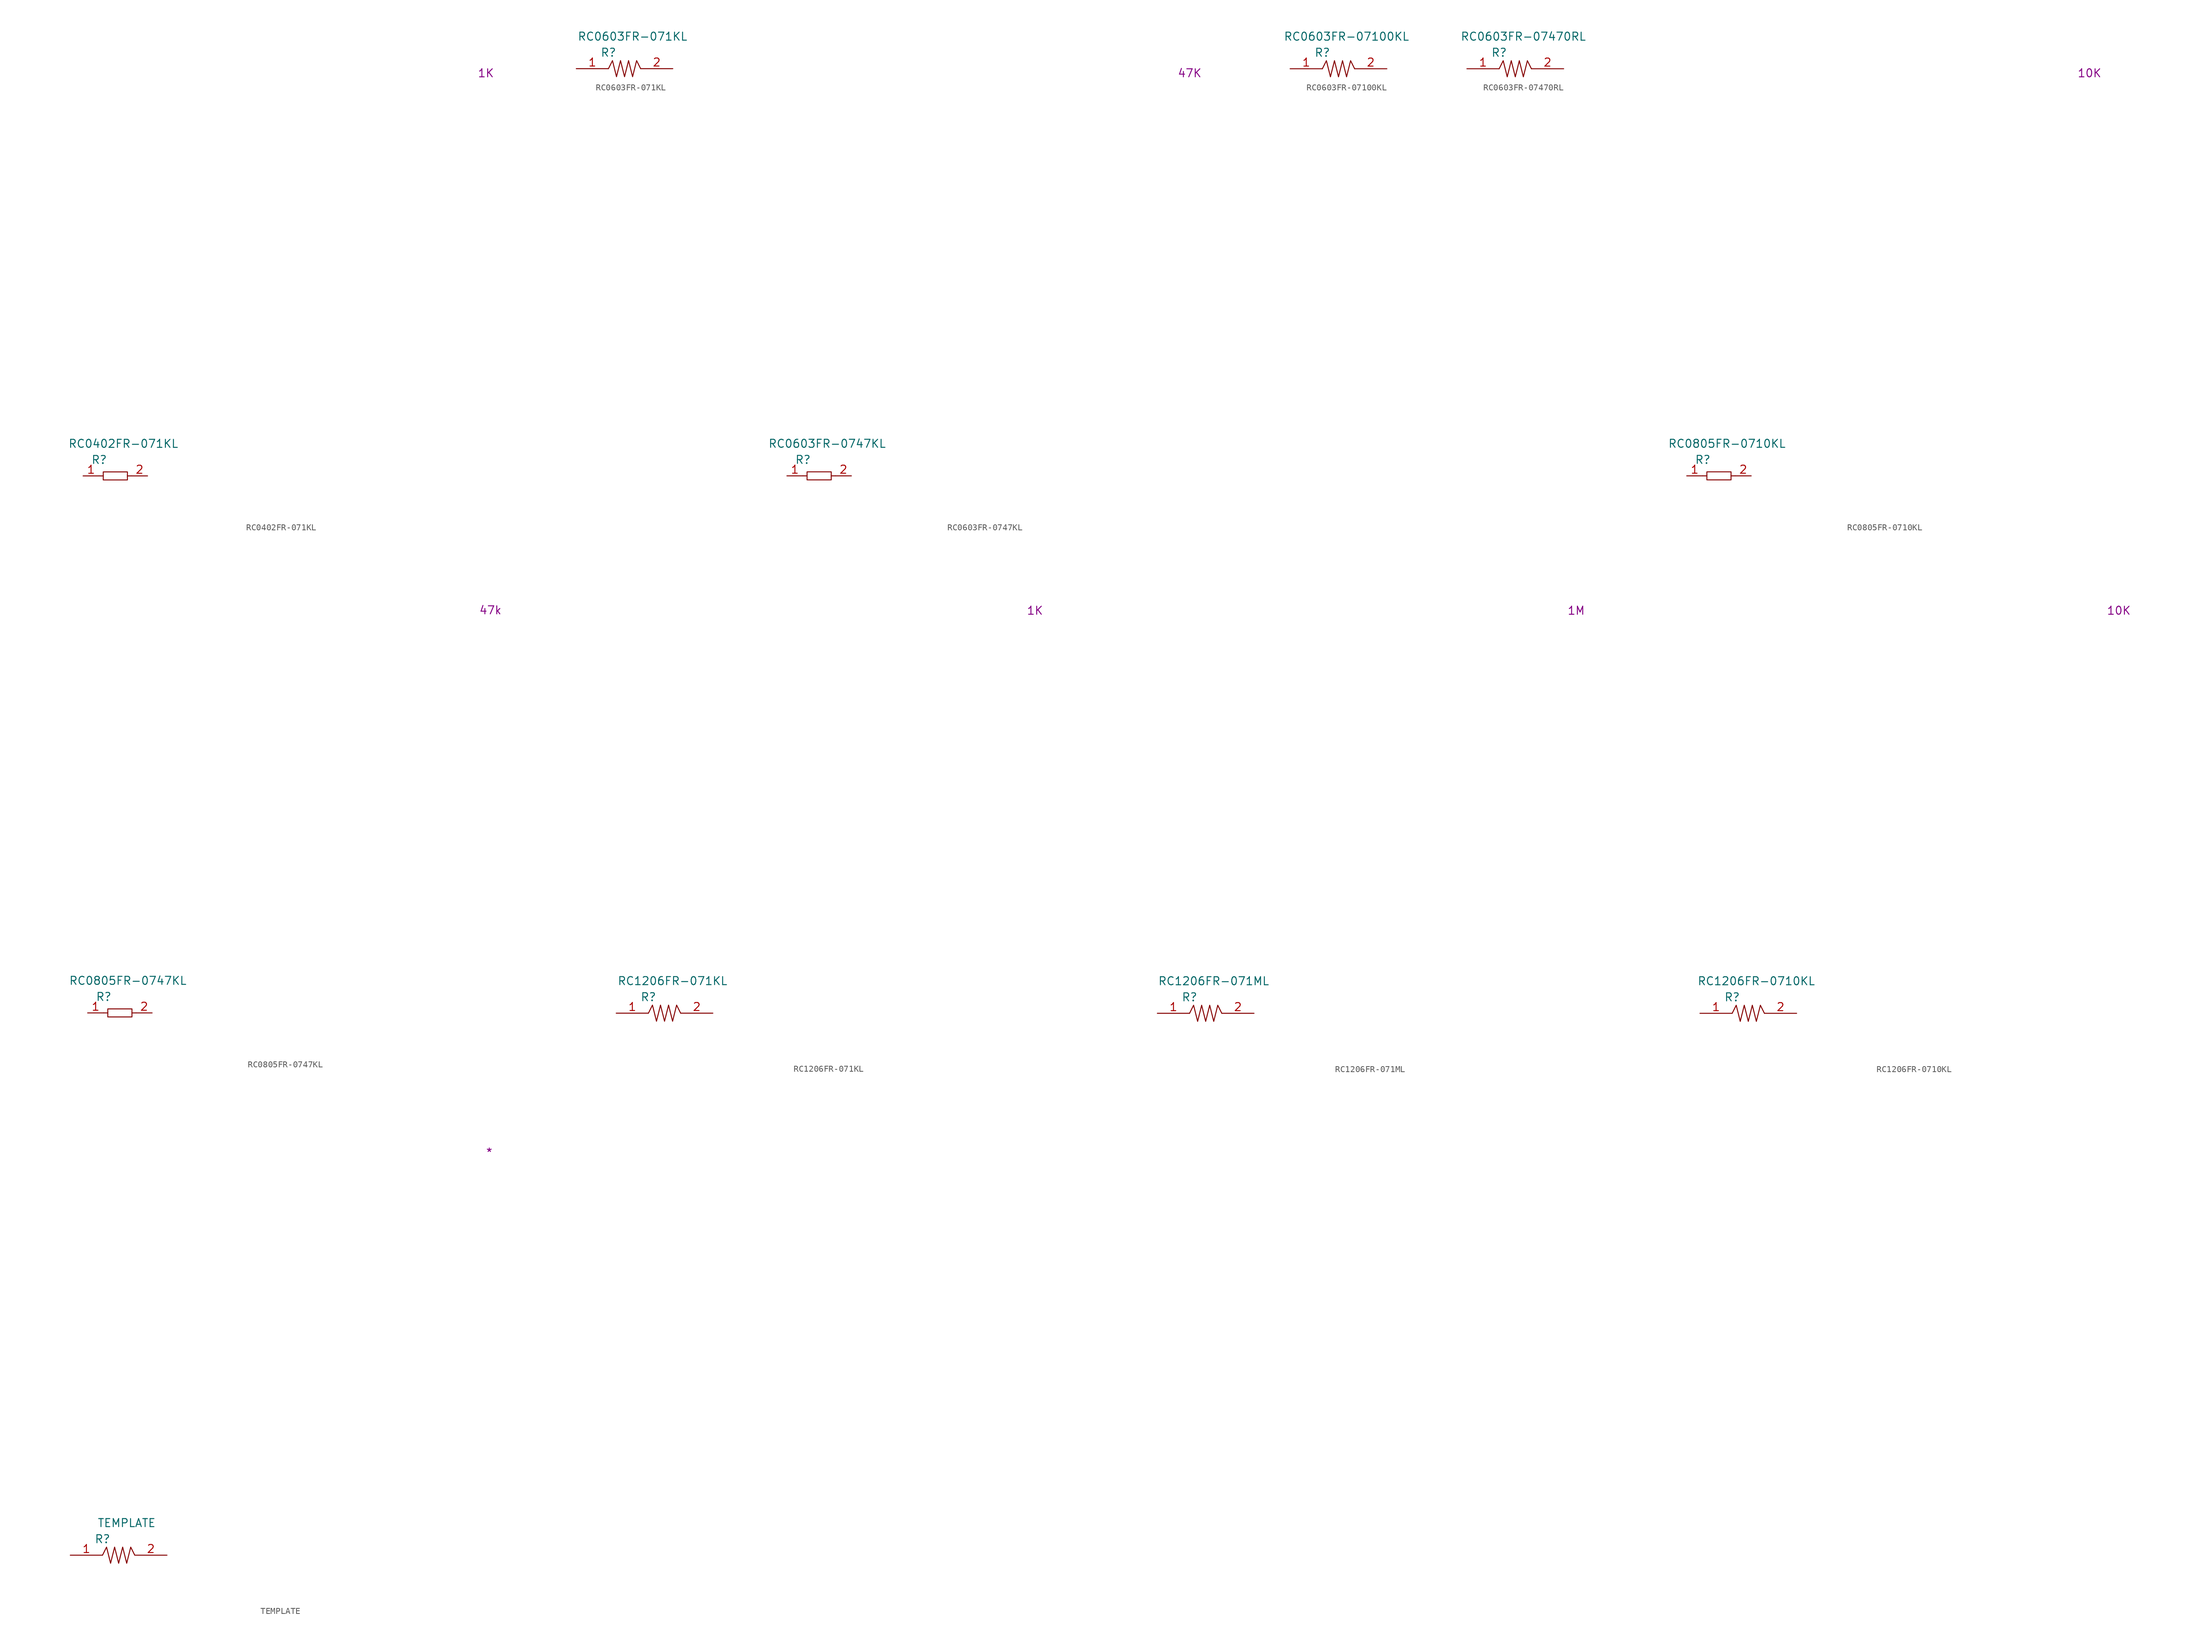
<source format=kicad_sym>
(kicad_symbol_lib
  (version 20231120)
  (generator "kicad_symbol_editor")
  (generator_version "8.0")
  (symbol "RC0402FR-071KL"
    (pin_names
      (offset 1.016))
    (property "Reference" "R"
      (at -2.54 2.54 0)
      (effects (font (size 1.27 1.27))))
    (property "Value" "RC0402FR-071KL"
      (at 1.27 5.08 0)
      (effects (font (size 1.27 1.27))))
    (property "_Value_" "1K"
      (at 58.42 63.5 0)
      (effects (font (size 1.27 1.27))))
    (symbol "RC0402FR-071KL_0_1"
      (rectangle (start -1.905 0.635) (end 1.905 -0.635) (stroke (width 0) (type default)) (fill (type none)))
      (polyline (pts (xy -2.54 0) (xy -1.905 0)) (stroke (width 0) (type default)) (fill (type none)))
      (polyline (pts (xy -1.905 0) (xy -1.905 0)) (stroke (width 0) (type default)) (fill (type none)))
      (polyline (pts (xy 1.905 0) (xy 1.905 0)) (stroke (width 0) (type default)) (fill (type none)))
      (polyline (pts (xy 2.54 0) (xy 1.905 0)) (stroke (width 0) (type default)) (fill (type none))))
    (symbol "RC0402FR-071KL_1_1"
      (pin passive line (at -5.08 0 0) (length 2.515) (name "~" (effects (font (size 1.27 1.27)))) (number "1" (effects (font (size 1.27 1.27)))))
      (pin passive line (at 5.08 0 180) (length 2.515) (name "~" (effects (font (size 1.27 1.27)))) (number "2" (effects (font (size 1.27 1.27)))))))
  (symbol "RC0603FR-071KL"
    (pin_names
      (offset 1.016))
    (property "Reference" "R"
      (at -2.54 2.54 0)
      (effects (font (size 1.27 1.27))))
    (property "Value" "RC0603FR-071KL"
      (at 1.27 5.08 0)
      (effects (font (size 1.27 1.27))))
    (symbol "RC0603FR-071KL_1_1"
      (polyline (pts (xy -2.54 0) (xy -1.905 1.27) (xy -1.27 -1.27) (xy -0.635 1.27) (xy 0 -1.27) (xy 0.635 1.27) (xy 1.27 -1.27) (xy 1.905 1.27) (xy 2.54 0)) (stroke (width 0) (type default)) (fill (type none)))
      (pin passive line (at -7.62 0 0) (length 5.08) (name "~" (effects (font (size 1.27 1.27)))) (number "1" (effects (font (size 1.27 1.27)))))
      (pin passive line (at 7.62 0 180) (length 5.08) (name "~" (effects (font (size 1.27 1.27)))) (number "2" (effects (font (size 1.27 1.27)))))))
  (symbol "RC0603FR-0747KL"
    (pin_names
      (offset 1.016))
    (property "Reference" "R"
      (at -2.54 2.54 0)
      (effects (font (size 1.27 1.27))))
    (property "Value" "RC0603FR-0747KL"
      (at 1.27 5.08 0)
      (effects (font (size 1.27 1.27))))
    (property "_Value_" "47K"
      (at 58.42 63.5 0)
      (effects (font (size 1.27 1.27))))
    (symbol "RC0603FR-0747KL_1_1"
      (rectangle (start -1.905 0.635) (end 1.905 -0.635) (stroke (width 0) (type default)) (fill (type none)))
      (polyline (pts (xy -2.54 0) (xy -1.905 0)) (stroke (width 0) (type default)) (fill (type none)))
      (polyline (pts (xy -1.905 0) (xy -1.905 0)) (stroke (width 0) (type default)) (fill (type none)))
      (polyline (pts (xy 1.905 0) (xy 1.905 0)) (stroke (width 0) (type default)) (fill (type none)))
      (polyline (pts (xy 2.54 0) (xy 1.905 0)) (stroke (width 0) (type default)) (fill (type none)))
      (pin passive line (at -5.08 0 0) (length 2.515) (name "~" (effects (font (size 1.27 1.27)))) (number "1" (effects (font (size 1.27 1.27)))))
      (pin passive line (at 5.08 0 180) (length 2.515) (name "~" (effects (font (size 1.27 1.27)))) (number "2" (effects (font (size 1.27 1.27)))))))
  (symbol "RC0603FR-07100KL"
    (pin_names
      (offset 1.016))
    (property "Reference" "R"
      (at -2.54 2.54 0)
      (effects (font (size 1.27 1.27))))
    (property "Value" "RC0603FR-07100KL"
      (at 1.27 5.08 0)
      (effects (font (size 1.27 1.27))))
    (symbol "RC0603FR-07100KL_1_1"
      (polyline (pts (xy -2.54 0) (xy -1.905 1.27) (xy -1.27 -1.27) (xy -0.635 1.27) (xy 0 -1.27) (xy 0.635 1.27) (xy 1.27 -1.27) (xy 1.905 1.27) (xy 2.54 0)) (stroke (width 0) (type default)) (fill (type none)))
      (pin passive line (at -7.62 0 0) (length 5.08) (name "~" (effects (font (size 1.27 1.27)))) (number "1" (effects (font (size 1.27 1.27)))))
      (pin passive line (at 7.62 0 180) (length 5.08) (name "~" (effects (font (size 1.27 1.27)))) (number "2" (effects (font (size 1.27 1.27)))))))
  (symbol "RC0603FR-07470RL"
    (pin_names
      (offset 1.016))
    (property "Reference" "R"
      (at -2.54 2.54 0)
      (effects (font (size 1.27 1.27))))
    (property "Value" "RC0603FR-07470RL"
      (at 1.27 5.08 0)
      (effects (font (size 1.27 1.27))))
    (symbol "RC0603FR-07470RL_1_1"
      (polyline (pts (xy -2.54 0) (xy -1.905 1.27) (xy -1.27 -1.27) (xy -0.635 1.27) (xy 0 -1.27) (xy 0.635 1.27) (xy 1.27 -1.27) (xy 1.905 1.27) (xy 2.54 0)) (stroke (width 0) (type default)) (fill (type none)))
      (pin passive line (at -7.62 0 0) (length 5.08) (name "~" (effects (font (size 1.27 1.27)))) (number "1" (effects (font (size 1.27 1.27)))))
      (pin passive line (at 7.62 0 180) (length 5.08) (name "~" (effects (font (size 1.27 1.27)))) (number "2" (effects (font (size 1.27 1.27)))))))
  (symbol "RC0805FR-0710KL"
    (pin_names
      (offset 1.016))
    (property "Reference" "R"
      (at -2.54 2.54 0)
      (effects (font (size 1.27 1.27))))
    (property "Value" "RC0805FR-0710KL"
      (at 1.27 5.08 0)
      (effects (font (size 1.27 1.27))))
    (property "_Value_" "10K"
      (at 58.42 63.5 0)
      (effects (font (size 1.27 1.27))))
    (symbol "RC0805FR-0710KL_0_1"
      (rectangle (start -1.905 0.635) (end 1.905 -0.635) (stroke (width 0) (type default)) (fill (type none)))
      (polyline (pts (xy -2.54 0) (xy -1.905 0)) (stroke (width 0) (type default)) (fill (type none)))
      (polyline (pts (xy -1.905 0) (xy -1.905 0)) (stroke (width 0) (type default)) (fill (type none)))
      (polyline (pts (xy 1.905 0) (xy 1.905 0)) (stroke (width 0) (type default)) (fill (type none)))
      (polyline (pts (xy 2.54 0) (xy 1.905 0)) (stroke (width 0) (type default)) (fill (type none))))
    (symbol "RC0805FR-0710KL_1_1"
      (pin passive line (at -5.08 0 0) (length 2.515) (name "~" (effects (font (size 1.27 1.27)))) (number "1" (effects (font (size 1.27 1.27)))))
      (pin passive line (at 5.08 0 180) (length 2.515) (name "~" (effects (font (size 1.27 1.27)))) (number "2" (effects (font (size 1.27 1.27)))))))
  (symbol "RC0805FR-0747KL"
    (pin_names
      (offset 1.016))
    (property "Reference" "R"
      (at -2.54 2.54 0)
      (effects (font (size 1.27 1.27))))
    (property "Value" "RC0805FR-0747KL"
      (at 1.27 5.08 0)
      (effects (font (size 1.27 1.27))))
    (property "_Value_" "47k"
      (at 58.42 63.5 0)
      (effects (font (size 1.27 1.27))))
    (symbol "RC0805FR-0747KL_0_1"
      (rectangle (start -1.905 0.635) (end 1.905 -0.635) (stroke (width 0) (type default)) (fill (type none)))
      (polyline (pts (xy -2.54 0) (xy -1.905 0)) (stroke (width 0) (type default)) (fill (type none)))
      (polyline (pts (xy -1.905 0) (xy -1.905 0)) (stroke (width 0) (type default)) (fill (type none)))
      (polyline (pts (xy 1.905 0) (xy 1.905 0)) (stroke (width 0) (type default)) (fill (type none)))
      (polyline (pts (xy 2.54 0) (xy 1.905 0)) (stroke (width 0) (type default)) (fill (type none))))
    (symbol "RC0805FR-0747KL_1_1"
      (pin passive line (at -5.08 0 0) (length 2.515) (name "~" (effects (font (size 1.27 1.27)))) (number "1" (effects (font (size 1.27 1.27)))))
      (pin passive line (at 5.08 0 180) (length 2.515) (name "~" (effects (font (size 1.27 1.27)))) (number "2" (effects (font (size 1.27 1.27)))))))
  (symbol "RC1206FR-071KL"
    (pin_names
      (offset 1.016))
    (property "Reference" "R"
      (at -2.54 2.54 0)
      (effects (font (size 1.27 1.27))))
    (property "Value" "RC1206FR-071KL"
      (at 1.27 5.08 0)
      (effects (font (size 1.27 1.27))))
    (property "_Value_" "1K"
      (at 58.42 63.5 0)
      (effects (font (size 1.27 1.27))))
    (symbol "RC1206FR-071KL_1_1"
      (polyline (pts (xy -2.54 0) (xy -1.905 1.27) (xy -1.27 -1.27) (xy -0.635 1.27) (xy 0 -1.27) (xy 0.635 1.27) (xy 1.27 -1.27) (xy 1.905 1.27) (xy 2.54 0)) (stroke (width 0) (type default)) (fill (type none)))
      (pin passive line (at -7.62 0 0) (length 5.08) (name "~" (effects (font (size 1.27 1.27)))) (number "1" (effects (font (size 1.27 1.27)))))
      (pin passive line (at 7.62 0 180) (length 5.08) (name "~" (effects (font (size 1.27 1.27)))) (number "2" (effects (font (size 1.27 1.27)))))))
  (symbol "RC1206FR-071ML"
    (pin_names
      (offset 1.016))
    (property "Reference" "R"
      (at -2.54 2.54 0)
      (effects (font (size 1.27 1.27))))
    (property "Value" "RC1206FR-071ML"
      (at 1.27 5.08 0)
      (effects (font (size 1.27 1.27))))
    (property "_Value_" "1M"
      (at 58.42 63.5 0)
      (effects (font (size 1.27 1.27))))
    (symbol "RC1206FR-071ML_1_1"
      (polyline (pts (xy -2.54 0) (xy -1.905 1.27) (xy -1.27 -1.27) (xy -0.635 1.27) (xy 0 -1.27) (xy 0.635 1.27) (xy 1.27 -1.27) (xy 1.905 1.27) (xy 2.54 0)) (stroke (width 0) (type default)) (fill (type none)))
      (pin passive line (at -7.62 0 0) (length 5.08) (name "~" (effects (font (size 1.27 1.27)))) (number "1" (effects (font (size 1.27 1.27)))))
      (pin passive line (at 7.62 0 180) (length 5.08) (name "~" (effects (font (size 1.27 1.27)))) (number "2" (effects (font (size 1.27 1.27)))))))
  (symbol "RC1206FR-0710KL"
    (pin_names
      (offset 1.016))
    (property "Reference" "R"
      (at -2.54 2.54 0)
      (effects (font (size 1.27 1.27))))
    (property "Value" "RC1206FR-0710KL"
      (at 1.27 5.08 0)
      (effects (font (size 1.27 1.27))))
    (property "_Value_" "10K"
      (at 58.42 63.5 0)
      (effects (font (size 1.27 1.27))))
    (symbol "RC1206FR-0710KL_1_1"
      (polyline (pts (xy -2.54 0) (xy -1.905 1.27) (xy -1.27 -1.27) (xy -0.635 1.27) (xy 0 -1.27) (xy 0.635 1.27) (xy 1.27 -1.27) (xy 1.905 1.27) (xy 2.54 0)) (stroke (width 0) (type default)) (fill (type none)))
      (pin passive line (at -7.62 0 0) (length 5.08) (name "~" (effects (font (size 1.27 1.27)))) (number "1" (effects (font (size 1.27 1.27)))))
      (pin passive line (at 7.62 0 180) (length 5.08) (name "~" (effects (font (size 1.27 1.27)))) (number "2" (effects (font (size 1.27 1.27)))))))
  (symbol "TEMPLATE"
    (pin_names
      (offset 1.016))
    (property "Reference" "R"
      (at -2.54 2.54 0)
      (effects (font (size 1.27 1.27))))
    (property "Value" "TEMPLATE"
      (at 1.27 5.08 0)
      (effects (font (size 1.27 1.27))))
    (property "_Value_" "*"
      (at 58.42 63.5 0)
      (effects (font (size 1.27 1.27))))
    (symbol "TEMPLATE_1_1"
      (polyline (pts (xy -2.54 0) (xy -1.905 1.27) (xy -1.27 -1.27) (xy -0.635 1.27) (xy 0 -1.27) (xy 0.635 1.27) (xy 1.27 -1.27) (xy 1.905 1.27) (xy 2.54 0)) (stroke (width 0) (type default)) (fill (type none)))
      (pin passive line (at -7.62 0 0) (length 5.08) (name "~" (effects (font (size 1.27 1.27)))) (number "1" (effects (font (size 1.27 1.27)))))
      (pin passive line (at 7.62 0 180) (length 5.08) (name "~" (effects (font (size 1.27 1.27)))) (number "2" (effects (font (size 1.27 1.27))))))))
</source>
